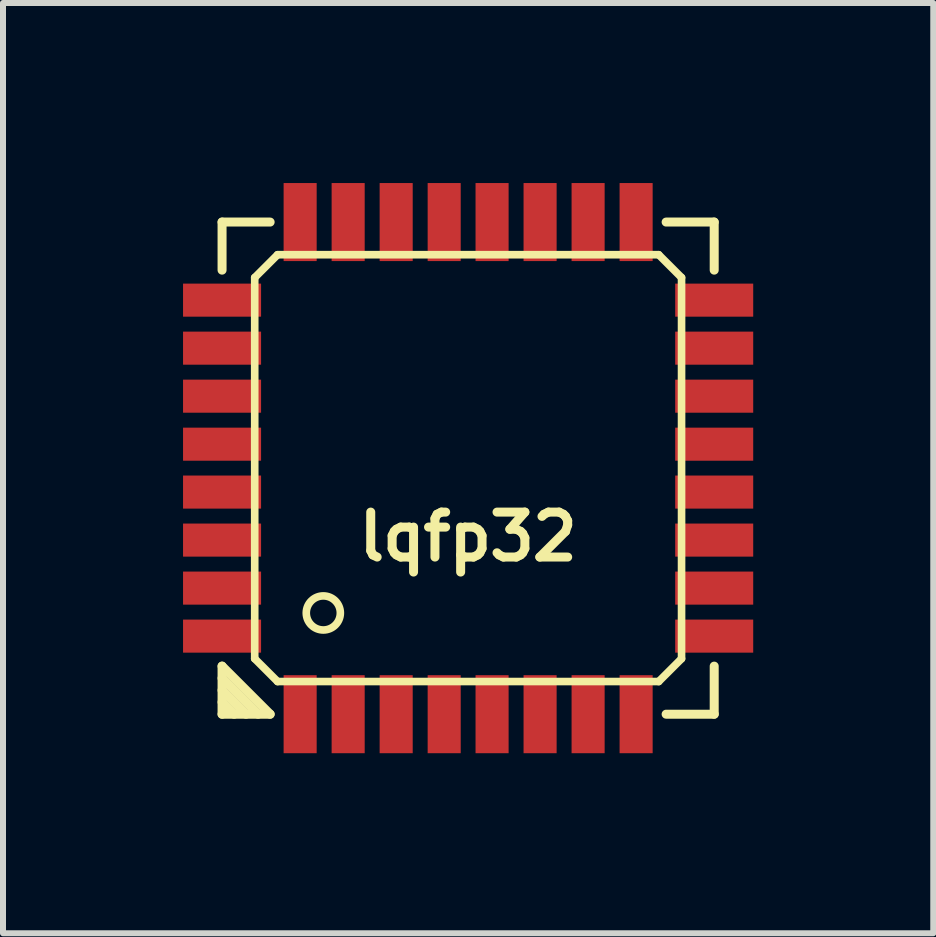
<source format=kicad_pcb>
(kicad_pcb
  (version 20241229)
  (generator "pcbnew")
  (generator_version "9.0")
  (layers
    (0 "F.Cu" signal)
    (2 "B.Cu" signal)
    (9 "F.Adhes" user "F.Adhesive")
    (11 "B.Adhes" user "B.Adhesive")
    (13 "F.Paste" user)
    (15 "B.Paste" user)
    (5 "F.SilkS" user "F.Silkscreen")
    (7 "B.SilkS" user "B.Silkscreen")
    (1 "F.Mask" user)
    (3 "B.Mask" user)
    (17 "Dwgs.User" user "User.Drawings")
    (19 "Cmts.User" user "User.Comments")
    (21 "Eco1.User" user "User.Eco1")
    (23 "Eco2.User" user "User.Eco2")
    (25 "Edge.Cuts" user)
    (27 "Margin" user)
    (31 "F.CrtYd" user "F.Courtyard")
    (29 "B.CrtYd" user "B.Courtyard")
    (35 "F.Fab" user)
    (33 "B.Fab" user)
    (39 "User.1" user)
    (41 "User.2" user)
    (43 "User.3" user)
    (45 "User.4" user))
  (footprint "lqfp32"
    (layer "F.Cu")
    (at 4.75 4.75)
    (property "Reference" "lqfp32" (at 0 1.143 0) (layer "F.SilkS") (effects (font (size 0.749 0.749) (thickness 0.15))))
    (attr smd)
    (fp_line (start -4.1 -4.1) (end -3.299 -4.1) (stroke (width 0.15) (type solid)) (layer "F.SilkS"))
    (fp_line (start -4.1 -3.299) (end -4.1 -4.1) (stroke (width 0.15) (type solid)) (layer "F.SilkS"))
    (fp_line (start -4.1 3.299) (end -3.299 4.1) (stroke (width 0.15) (type solid)) (layer "F.SilkS"))
    (fp_line (start -4.1 3.701) (end -3.701 4.1) (stroke (width 0.15) (type solid)) (layer "F.SilkS"))
    (fp_line (start -4.1 4.1) (end -4.1 3.299) (stroke (width 0.15) (type solid)) (layer "F.SilkS"))
    (fp_line (start -3.899 4.1) (end -4.1 3.899) (stroke (width 0.15) (type solid)) (layer "F.SilkS"))
    (fp_line (start -3.556 -3.175) (end -3.175 -3.556) (stroke (width 0.127) (type solid)) (layer "F.SilkS"))
    (fp_line (start -3.556 3.175) (end -3.556 -3.175) (stroke (width 0.127) (type solid)) (layer "F.SilkS"))
    (fp_line (start -3.5 4.1) (end -4.1 3.5) (stroke (width 0.15) (type solid)) (layer "F.SilkS"))
    (fp_line (start -3.299 4.1) (end -4.1 4.1) (stroke (width 0.15) (type solid)) (layer "F.SilkS"))
    (fp_line (start -3.175 -3.556) (end 3.175 -3.556) (stroke (width 0.127) (type solid)) (layer "F.SilkS"))
    (fp_line (start -3.175 3.556) (end -3.556 3.175) (stroke (width 0.127) (type solid)) (layer "F.SilkS"))
    (fp_line (start 3.175 -3.556) (end 3.556 -3.175) (stroke (width 0.127) (type solid)) (layer "F.SilkS"))
    (fp_line (start 3.175 3.556) (end -3.175 3.556) (stroke (width 0.127) (type solid)) (layer "F.SilkS"))
    (fp_line (start 3.299 -4.1) (end 4.1 -4.1) (stroke (width 0.15) (type solid)) (layer "F.SilkS"))
    (fp_line (start 3.556 -3.175) (end 3.556 3.175) (stroke (width 0.127) (type solid)) (layer "F.SilkS"))
    (fp_line (start 3.556 3.175) (end 3.175 3.556) (stroke (width 0.127) (type solid)) (layer "F.SilkS"))
    (fp_line (start 4.1 -4.1) (end 4.1 -3.299) (stroke (width 0.15) (type solid)) (layer "F.SilkS"))
    (fp_line (start 4.1 3.299) (end 4.1 4.1) (stroke (width 0.15) (type solid)) (layer "F.SilkS"))
    (fp_line (start 4.1 4.1) (end 3.299 4.1) (stroke (width 0.15) (type solid)) (layer "F.SilkS"))
    (fp_circle (center -2.413 2.413) (end -2.667 2.54) (stroke (width 0.127) (type solid)) (fill no) (layer "F.SilkS"))
    (pad "1" smd rect (at -2.799 4.1) (size 0.551 1.3) (layers "F.Cu" "F.Mask" "F.Paste"))
    (pad "2" smd rect (at -1.999 4.1) (size 0.551 1.3) (layers "F.Cu" "F.Mask" "F.Paste"))
    (pad "3" smd rect (at -1.199 4.1) (size 0.551 1.3) (layers "F.Cu" "F.Mask" "F.Paste"))
    (pad "4" smd rect (at -0.399 4.1) (size 0.551 1.3) (layers "F.Cu" "F.Mask" "F.Paste"))
    (pad "5" smd rect (at 0.399 4.1) (size 0.551 1.3) (layers "F.Cu" "F.Mask" "F.Paste"))
    (pad "6" smd rect (at 1.199 4.1) (size 0.551 1.3) (layers "F.Cu" "F.Mask" "F.Paste"))
    (pad "7" smd rect (at 1.999 4.1) (size 0.551 1.3) (layers "F.Cu" "F.Mask" "F.Paste"))
    (pad "8" smd rect (at 2.799 4.1) (size 0.551 1.3) (layers "F.Cu" "F.Mask" "F.Paste"))
    (pad "9" smd rect (at 4.1 2.799) (size 1.3 0.551) (layers "F.Cu" "F.Mask" "F.Paste"))
    (pad "10" smd rect (at 4.1 1.999) (size 1.3 0.551) (layers "F.Cu" "F.Mask" "F.Paste"))
    (pad "11" smd rect (at 4.1 1.199) (size 1.3 0.551) (layers "F.Cu" "F.Mask" "F.Paste"))
    (pad "12" smd rect (at 4.1 0.399) (size 1.3 0.551) (layers "F.Cu" "F.Mask" "F.Paste"))
    (pad "13" smd rect (at 4.1 -0.399) (size 1.3 0.551) (layers "F.Cu" "F.Mask" "F.Paste"))
    (pad "14" smd rect (at 4.1 -1.199) (size 1.3 0.551) (layers "F.Cu" "F.Mask" "F.Paste"))
    (pad "15" smd rect (at 4.1 -1.999) (size 1.3 0.551) (layers "F.Cu" "F.Mask" "F.Paste"))
    (pad "16" smd rect (at 4.1 -2.799) (size 1.3 0.551) (layers "F.Cu" "F.Mask" "F.Paste"))
    (pad "17" smd rect (at 2.799 -4.1) (size 0.551 1.3) (layers "F.Cu" "F.Mask" "F.Paste"))
    (pad "18" smd rect (at 1.999 -4.1) (size 0.551 1.3) (layers "F.Cu" "F.Mask" "F.Paste"))
    (pad "19" smd rect (at 1.199 -4.1) (size 0.551 1.3) (layers "F.Cu" "F.Mask" "F.Paste"))
    (pad "20" smd rect (at 0.399 -4.1) (size 0.551 1.3) (layers "F.Cu" "F.Mask" "F.Paste"))
    (pad "21" smd rect (at -0.399 -4.1) (size 0.551 1.3) (layers "F.Cu" "F.Mask" "F.Paste"))
    (pad "22" smd rect (at -1.199 -4.1) (size 0.551 1.3) (layers "F.Cu" "F.Mask" "F.Paste"))
    (pad "23" smd rect (at -1.999 -4.1) (size 0.551 1.3) (layers "F.Cu" "F.Mask" "F.Paste"))
    (pad "24" smd rect (at -2.799 -4.1) (size 0.551 1.3) (layers "F.Cu" "F.Mask" "F.Paste"))
    (pad "25" smd rect (at -4.1 -2.799) (size 1.3 0.551) (layers "F.Cu" "F.Mask" "F.Paste"))
    (pad "26" smd rect (at -4.1 -1.999) (size 1.3 0.551) (layers "F.Cu" "F.Mask" "F.Paste"))
    (pad "27" smd rect (at -4.1 -1.199) (size 1.3 0.551) (layers "F.Cu" "F.Mask" "F.Paste"))
    (pad "28" smd rect (at -4.1 -0.399) (size 1.3 0.551) (layers "F.Cu" "F.Mask" "F.Paste"))
    (pad "29" smd rect (at -4.1 0.399) (size 1.3 0.551) (layers "F.Cu" "F.Mask" "F.Paste"))
    (pad "30" smd rect (at -4.1 1.199) (size 1.3 0.551) (layers "F.Cu" "F.Mask" "F.Paste"))
    (pad "31" smd rect (at -4.1 1.999) (size 1.3 0.551) (layers "F.Cu" "F.Mask" "F.Paste"))
    (pad "32" smd rect (at -4.1 2.799) (size 1.3 0.551) (layers "F.Cu" "F.Mask" "F.Paste")))
  (gr_rect
    (start -3 -3)
    (end 12.5 12.5)
    (stroke (width 0.1) (type default))
    (fill no)
    (layer "Edge.Cuts")))
</source>
